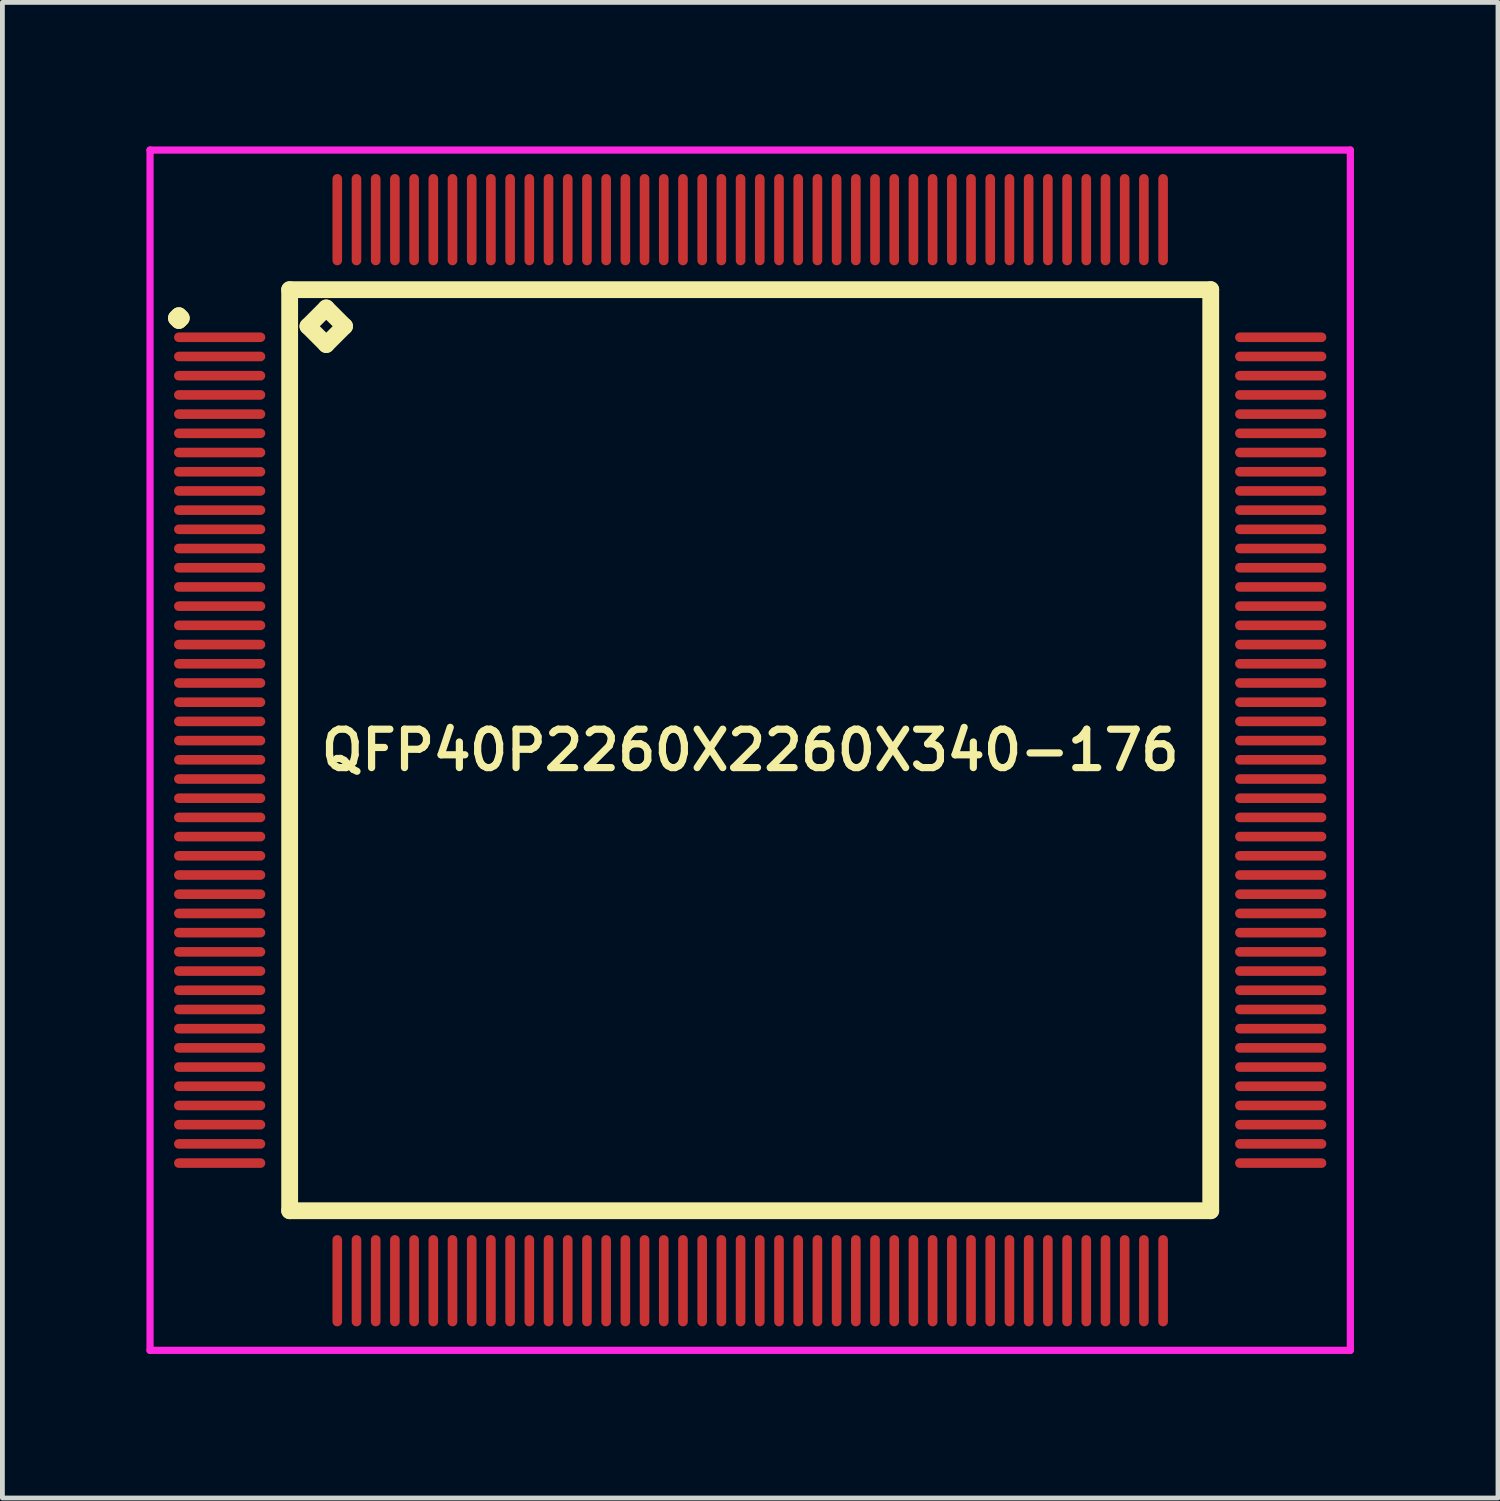
<source format=kicad_pcb>
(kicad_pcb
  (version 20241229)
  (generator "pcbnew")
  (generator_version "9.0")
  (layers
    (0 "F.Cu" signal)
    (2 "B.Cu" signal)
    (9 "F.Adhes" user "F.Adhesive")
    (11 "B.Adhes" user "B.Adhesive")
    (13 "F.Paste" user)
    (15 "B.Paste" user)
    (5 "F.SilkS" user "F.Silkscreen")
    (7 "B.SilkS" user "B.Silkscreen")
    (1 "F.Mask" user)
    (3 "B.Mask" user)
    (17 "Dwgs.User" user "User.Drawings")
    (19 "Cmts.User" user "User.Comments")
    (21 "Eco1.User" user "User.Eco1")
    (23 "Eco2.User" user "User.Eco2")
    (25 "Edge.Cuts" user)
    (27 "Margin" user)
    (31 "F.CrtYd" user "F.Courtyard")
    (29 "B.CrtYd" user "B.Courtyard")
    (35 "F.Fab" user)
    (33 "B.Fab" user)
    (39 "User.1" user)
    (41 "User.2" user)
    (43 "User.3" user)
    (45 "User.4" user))
  (footprint "QFP40P2260X2260X340-176"
    (layer "F.Cu")
    (at 12.575 12.575)
    (property "Reference" "QFP40P2260X2260X340-176" (at 0 0 0) (layer "F.SilkS") (effects (font (size 0.8 0.8) (thickness 0.15))))
    (attr smd)
    (fp_line (start -11.95 -9) (end -11.9 -9.05) (stroke (width 0.35) (type solid)) (layer "F.SilkS"))
    (fp_line (start -11.9 -9.05) (end -11.85 -9) (stroke (width 0.35) (type solid)) (layer "F.SilkS"))
    (fp_line (start -11.9 -8.95) (end -11.95 -9) (stroke (width 0.35) (type solid)) (layer "F.SilkS"))
    (fp_line (start -11.85 -9) (end -11.9 -8.95) (stroke (width 0.35) (type solid)) (layer "F.SilkS"))
    (fp_line (start -9.592 -9.592) (end -9.592 9.592) (stroke (width 0.35) (type solid)) (layer "F.SilkS"))
    (fp_line (start -9.592 9.592) (end 9.592 9.592) (stroke (width 0.35) (type solid)) (layer "F.SilkS"))
    (fp_line (start -9.211 -8.83) (end -8.83 -9.211) (stroke (width 0.35) (type solid)) (layer "F.SilkS"))
    (fp_line (start -8.83 -9.211) (end -8.449 -8.83) (stroke (width 0.35) (type solid)) (layer "F.SilkS"))
    (fp_line (start -8.83 -8.449) (end -9.211 -8.83) (stroke (width 0.35) (type solid)) (layer "F.SilkS"))
    (fp_line (start -8.449 -8.83) (end -8.83 -8.449) (stroke (width 0.35) (type solid)) (layer "F.SilkS"))
    (fp_line (start 9.592 -9.592) (end -9.592 -9.592) (stroke (width 0.35) (type solid)) (layer "F.SilkS"))
    (fp_line (start 9.592 9.592) (end 9.592 -9.592) (stroke (width 0.35) (type solid)) (layer "F.SilkS"))
    (fp_line (start -12.5 -12.5) (end 12.5 -12.5) (stroke (width 0.15) (type solid)) (layer "F.CrtYd"))
    (fp_line (start -12.5 12.5) (end -12.5 -12.5) (stroke (width 0.15) (type solid)) (layer "F.CrtYd"))
    (fp_line (start 12.5 -12.5) (end 12.5 12.5) (stroke (width 0.15) (type solid)) (layer "F.CrtYd"))
    (fp_line (start 12.5 12.5) (end -12.5 12.5) (stroke (width 0.15) (type solid)) (layer "F.CrtYd"))
    (pad "1" smd oval (at -11.05 -8.6) (size 1.9 0.2) (layers "F.Cu" "F.Mask" "F.Paste"))
    (pad "2" smd oval (at -11.05 -8.2) (size 1.9 0.2) (layers "F.Cu" "F.Mask" "F.Paste"))
    (pad "3" smd oval (at -11.05 -7.8) (size 1.9 0.2) (layers "F.Cu" "F.Mask" "F.Paste"))
    (pad "4" smd oval (at -11.05 -7.4) (size 1.9 0.2) (layers "F.Cu" "F.Mask" "F.Paste"))
    (pad "5" smd oval (at -11.05 -7) (size 1.9 0.2) (layers "F.Cu" "F.Mask" "F.Paste"))
    (pad "6" smd oval (at -11.05 -6.6) (size 1.9 0.2) (layers "F.Cu" "F.Mask" "F.Paste"))
    (pad "7" smd oval (at -11.05 -6.2) (size 1.9 0.2) (layers "F.Cu" "F.Mask" "F.Paste"))
    (pad "8" smd oval (at -11.05 -5.8) (size 1.9 0.2) (layers "F.Cu" "F.Mask" "F.Paste"))
    (pad "9" smd oval (at -11.05 -5.4) (size 1.9 0.2) (layers "F.Cu" "F.Mask" "F.Paste"))
    (pad "10" smd oval (at -11.05 -5) (size 1.9 0.2) (layers "F.Cu" "F.Mask" "F.Paste"))
    (pad "11" smd oval (at -11.05 -4.6) (size 1.9 0.2) (layers "F.Cu" "F.Mask" "F.Paste"))
    (pad "12" smd oval (at -11.05 -4.2) (size 1.9 0.2) (layers "F.Cu" "F.Mask" "F.Paste"))
    (pad "13" smd oval (at -11.05 -3.8) (size 1.9 0.2) (layers "F.Cu" "F.Mask" "F.Paste"))
    (pad "14" smd oval (at -11.05 -3.4) (size 1.9 0.2) (layers "F.Cu" "F.Mask" "F.Paste"))
    (pad "15" smd oval (at -11.05 -3) (size 1.9 0.2) (layers "F.Cu" "F.Mask" "F.Paste"))
    (pad "16" smd oval (at -11.05 -2.6) (size 1.9 0.2) (layers "F.Cu" "F.Mask" "F.Paste"))
    (pad "17" smd oval (at -11.05 -2.2) (size 1.9 0.2) (layers "F.Cu" "F.Mask" "F.Paste"))
    (pad "18" smd oval (at -11.05 -1.8) (size 1.9 0.2) (layers "F.Cu" "F.Mask" "F.Paste"))
    (pad "19" smd oval (at -11.05 -1.4) (size 1.9 0.2) (layers "F.Cu" "F.Mask" "F.Paste"))
    (pad "20" smd oval (at -11.05 -1) (size 1.9 0.2) (layers "F.Cu" "F.Mask" "F.Paste"))
    (pad "21" smd oval (at -11.05 -0.6) (size 1.9 0.2) (layers "F.Cu" "F.Mask" "F.Paste"))
    (pad "22" smd oval (at -11.05 -0.2) (size 1.9 0.2) (layers "F.Cu" "F.Mask" "F.Paste"))
    (pad "23" smd oval (at -11.05 0.2) (size 1.9 0.2) (layers "F.Cu" "F.Mask" "F.Paste"))
    (pad "24" smd oval (at -11.05 0.6) (size 1.9 0.2) (layers "F.Cu" "F.Mask" "F.Paste"))
    (pad "25" smd oval (at -11.05 1) (size 1.9 0.2) (layers "F.Cu" "F.Mask" "F.Paste"))
    (pad "26" smd oval (at -11.05 1.4) (size 1.9 0.2) (layers "F.Cu" "F.Mask" "F.Paste"))
    (pad "27" smd oval (at -11.05 1.8) (size 1.9 0.2) (layers "F.Cu" "F.Mask" "F.Paste"))
    (pad "28" smd oval (at -11.05 2.2) (size 1.9 0.2) (layers "F.Cu" "F.Mask" "F.Paste"))
    (pad "29" smd oval (at -11.05 2.6) (size 1.9 0.2) (layers "F.Cu" "F.Mask" "F.Paste"))
    (pad "30" smd oval (at -11.05 3) (size 1.9 0.2) (layers "F.Cu" "F.Mask" "F.Paste"))
    (pad "31" smd oval (at -11.05 3.4) (size 1.9 0.2) (layers "F.Cu" "F.Mask" "F.Paste"))
    (pad "32" smd oval (at -11.05 3.8) (size 1.9 0.2) (layers "F.Cu" "F.Mask" "F.Paste"))
    (pad "33" smd oval (at -11.05 4.2) (size 1.9 0.2) (layers "F.Cu" "F.Mask" "F.Paste"))
    (pad "34" smd oval (at -11.05 4.6) (size 1.9 0.2) (layers "F.Cu" "F.Mask" "F.Paste"))
    (pad "35" smd oval (at -11.05 5) (size 1.9 0.2) (layers "F.Cu" "F.Mask" "F.Paste"))
    (pad "36" smd oval (at -11.05 5.4) (size 1.9 0.2) (layers "F.Cu" "F.Mask" "F.Paste"))
    (pad "37" smd oval (at -11.05 5.8) (size 1.9 0.2) (layers "F.Cu" "F.Mask" "F.Paste"))
    (pad "38" smd oval (at -11.05 6.2) (size 1.9 0.2) (layers "F.Cu" "F.Mask" "F.Paste"))
    (pad "39" smd oval (at -11.05 6.6) (size 1.9 0.2) (layers "F.Cu" "F.Mask" "F.Paste"))
    (pad "40" smd oval (at -11.05 7) (size 1.9 0.2) (layers "F.Cu" "F.Mask" "F.Paste"))
    (pad "41" smd oval (at -11.05 7.4) (size 1.9 0.2) (layers "F.Cu" "F.Mask" "F.Paste"))
    (pad "42" smd oval (at -11.05 7.8) (size 1.9 0.2) (layers "F.Cu" "F.Mask" "F.Paste"))
    (pad "43" smd oval (at -11.05 8.2) (size 1.9 0.2) (layers "F.Cu" "F.Mask" "F.Paste"))
    (pad "44" smd oval (at -11.05 8.6) (size 1.9 0.2) (layers "F.Cu" "F.Mask" "F.Paste"))
    (pad "45" smd oval (at -8.6 11.05) (size 0.2 1.9) (layers "F.Cu" "F.Mask" "F.Paste"))
    (pad "46" smd oval (at -8.2 11.05) (size 0.2 1.9) (layers "F.Cu" "F.Mask" "F.Paste"))
    (pad "47" smd oval (at -7.8 11.05) (size 0.2 1.9) (layers "F.Cu" "F.Mask" "F.Paste"))
    (pad "48" smd oval (at -7.4 11.05) (size 0.2 1.9) (layers "F.Cu" "F.Mask" "F.Paste"))
    (pad "49" smd oval (at -7 11.05) (size 0.2 1.9) (layers "F.Cu" "F.Mask" "F.Paste"))
    (pad "50" smd oval (at -6.6 11.05) (size 0.2 1.9) (layers "F.Cu" "F.Mask" "F.Paste"))
    (pad "51" smd oval (at -6.2 11.05) (size 0.2 1.9) (layers "F.Cu" "F.Mask" "F.Paste"))
    (pad "52" smd oval (at -5.8 11.05) (size 0.2 1.9) (layers "F.Cu" "F.Mask" "F.Paste"))
    (pad "53" smd oval (at -5.4 11.05) (size 0.2 1.9) (layers "F.Cu" "F.Mask" "F.Paste"))
    (pad "54" smd oval (at -5 11.05) (size 0.2 1.9) (layers "F.Cu" "F.Mask" "F.Paste"))
    (pad "55" smd oval (at -4.6 11.05) (size 0.2 1.9) (layers "F.Cu" "F.Mask" "F.Paste"))
    (pad "56" smd oval (at -4.2 11.05) (size 0.2 1.9) (layers "F.Cu" "F.Mask" "F.Paste"))
    (pad "57" smd oval (at -3.8 11.05) (size 0.2 1.9) (layers "F.Cu" "F.Mask" "F.Paste"))
    (pad "58" smd oval (at -3.4 11.05) (size 0.2 1.9) (layers "F.Cu" "F.Mask" "F.Paste"))
    (pad "59" smd oval (at -3 11.05) (size 0.2 1.9) (layers "F.Cu" "F.Mask" "F.Paste"))
    (pad "60" smd oval (at -2.6 11.05) (size 0.2 1.9) (layers "F.Cu" "F.Mask" "F.Paste"))
    (pad "61" smd oval (at -2.2 11.05) (size 0.2 1.9) (layers "F.Cu" "F.Mask" "F.Paste"))
    (pad "62" smd oval (at -1.8 11.05) (size 0.2 1.9) (layers "F.Cu" "F.Mask" "F.Paste"))
    (pad "63" smd oval (at -1.4 11.05) (size 0.2 1.9) (layers "F.Cu" "F.Mask" "F.Paste"))
    (pad "64" smd oval (at -1 11.05) (size 0.2 1.9) (layers "F.Cu" "F.Mask" "F.Paste"))
    (pad "65" smd oval (at -0.6 11.05) (size 0.2 1.9) (layers "F.Cu" "F.Mask" "F.Paste"))
    (pad "66" smd oval (at -0.2 11.05) (size 0.2 1.9) (layers "F.Cu" "F.Mask" "F.Paste"))
    (pad "67" smd oval (at 0.2 11.05) (size 0.2 1.9) (layers "F.Cu" "F.Mask" "F.Paste"))
    (pad "68" smd oval (at 0.6 11.05) (size 0.2 1.9) (layers "F.Cu" "F.Mask" "F.Paste"))
    (pad "69" smd oval (at 1 11.05) (size 0.2 1.9) (layers "F.Cu" "F.Mask" "F.Paste"))
    (pad "70" smd oval (at 1.4 11.05) (size 0.2 1.9) (layers "F.Cu" "F.Mask" "F.Paste"))
    (pad "71" smd oval (at 1.8 11.05) (size 0.2 1.9) (layers "F.Cu" "F.Mask" "F.Paste"))
    (pad "72" smd oval (at 2.2 11.05) (size 0.2 1.9) (layers "F.Cu" "F.Mask" "F.Paste"))
    (pad "73" smd oval (at 2.6 11.05) (size 0.2 1.9) (layers "F.Cu" "F.Mask" "F.Paste"))
    (pad "74" smd oval (at 3 11.05) (size 0.2 1.9) (layers "F.Cu" "F.Mask" "F.Paste"))
    (pad "75" smd oval (at 3.4 11.05) (size 0.2 1.9) (layers "F.Cu" "F.Mask" "F.Paste"))
    (pad "76" smd oval (at 3.8 11.05) (size 0.2 1.9) (layers "F.Cu" "F.Mask" "F.Paste"))
    (pad "77" smd oval (at 4.2 11.05) (size 0.2 1.9) (layers "F.Cu" "F.Mask" "F.Paste"))
    (pad "78" smd oval (at 4.6 11.05) (size 0.2 1.9) (layers "F.Cu" "F.Mask" "F.Paste"))
    (pad "79" smd oval (at 5 11.05) (size 0.2 1.9) (layers "F.Cu" "F.Mask" "F.Paste"))
    (pad "80" smd oval (at 5.4 11.05) (size 0.2 1.9) (layers "F.Cu" "F.Mask" "F.Paste"))
    (pad "81" smd oval (at 5.8 11.05) (size 0.2 1.9) (layers "F.Cu" "F.Mask" "F.Paste"))
    (pad "82" smd oval (at 6.2 11.05) (size 0.2 1.9) (layers "F.Cu" "F.Mask" "F.Paste"))
    (pad "83" smd oval (at 6.6 11.05) (size 0.2 1.9) (layers "F.Cu" "F.Mask" "F.Paste"))
    (pad "84" smd oval (at 7 11.05) (size 0.2 1.9) (layers "F.Cu" "F.Mask" "F.Paste"))
    (pad "85" smd oval (at 7.4 11.05) (size 0.2 1.9) (layers "F.Cu" "F.Mask" "F.Paste"))
    (pad "86" smd oval (at 7.8 11.05) (size 0.2 1.9) (layers "F.Cu" "F.Mask" "F.Paste"))
    (pad "87" smd oval (at 8.2 11.05) (size 0.2 1.9) (layers "F.Cu" "F.Mask" "F.Paste"))
    (pad "88" smd oval (at 8.6 11.05) (size 0.2 1.9) (layers "F.Cu" "F.Mask" "F.Paste"))
    (pad "89" smd oval (at 11.05 8.6) (size 1.9 0.2) (layers "F.Cu" "F.Mask" "F.Paste"))
    (pad "90" smd oval (at 11.05 8.2) (size 1.9 0.2) (layers "F.Cu" "F.Mask" "F.Paste"))
    (pad "91" smd oval (at 11.05 7.8) (size 1.9 0.2) (layers "F.Cu" "F.Mask" "F.Paste"))
    (pad "92" smd oval (at 11.05 7.4) (size 1.9 0.2) (layers "F.Cu" "F.Mask" "F.Paste"))
    (pad "93" smd oval (at 11.05 7) (size 1.9 0.2) (layers "F.Cu" "F.Mask" "F.Paste"))
    (pad "94" smd oval (at 11.05 6.6) (size 1.9 0.2) (layers "F.Cu" "F.Mask" "F.Paste"))
    (pad "95" smd oval (at 11.05 6.2) (size 1.9 0.2) (layers "F.Cu" "F.Mask" "F.Paste"))
    (pad "96" smd oval (at 11.05 5.8) (size 1.9 0.2) (layers "F.Cu" "F.Mask" "F.Paste"))
    (pad "97" smd oval (at 11.05 5.4) (size 1.9 0.2) (layers "F.Cu" "F.Mask" "F.Paste"))
    (pad "98" smd oval (at 11.05 5) (size 1.9 0.2) (layers "F.Cu" "F.Mask" "F.Paste"))
    (pad "99" smd oval (at 11.05 4.6) (size 1.9 0.2) (layers "F.Cu" "F.Mask" "F.Paste"))
    (pad "100" smd oval (at 11.05 4.2) (size 1.9 0.2) (layers "F.Cu" "F.Mask" "F.Paste"))
    (pad "101" smd oval (at 11.05 3.8) (size 1.9 0.2) (layers "F.Cu" "F.Mask" "F.Paste"))
    (pad "102" smd oval (at 11.05 3.4) (size 1.9 0.2) (layers "F.Cu" "F.Mask" "F.Paste"))
    (pad "103" smd oval (at 11.05 3) (size 1.9 0.2) (layers "F.Cu" "F.Mask" "F.Paste"))
    (pad "104" smd oval (at 11.05 2.6) (size 1.9 0.2) (layers "F.Cu" "F.Mask" "F.Paste"))
    (pad "105" smd oval (at 11.05 2.2) (size 1.9 0.2) (layers "F.Cu" "F.Mask" "F.Paste"))
    (pad "106" smd oval (at 11.05 1.8) (size 1.9 0.2) (layers "F.Cu" "F.Mask" "F.Paste"))
    (pad "107" smd oval (at 11.05 1.4) (size 1.9 0.2) (layers "F.Cu" "F.Mask" "F.Paste"))
    (pad "108" smd oval (at 11.05 1) (size 1.9 0.2) (layers "F.Cu" "F.Mask" "F.Paste"))
    (pad "109" smd oval (at 11.05 0.6) (size 1.9 0.2) (layers "F.Cu" "F.Mask" "F.Paste"))
    (pad "110" smd oval (at 11.05 0.2) (size 1.9 0.2) (layers "F.Cu" "F.Mask" "F.Paste"))
    (pad "111" smd oval (at 11.05 -0.2) (size 1.9 0.2) (layers "F.Cu" "F.Mask" "F.Paste"))
    (pad "112" smd oval (at 11.05 -0.6) (size 1.9 0.2) (layers "F.Cu" "F.Mask" "F.Paste"))
    (pad "113" smd oval (at 11.05 -1) (size 1.9 0.2) (layers "F.Cu" "F.Mask" "F.Paste"))
    (pad "114" smd oval (at 11.05 -1.4) (size 1.9 0.2) (layers "F.Cu" "F.Mask" "F.Paste"))
    (pad "115" smd oval (at 11.05 -1.8) (size 1.9 0.2) (layers "F.Cu" "F.Mask" "F.Paste"))
    (pad "116" smd oval (at 11.05 -2.2) (size 1.9 0.2) (layers "F.Cu" "F.Mask" "F.Paste"))
    (pad "117" smd oval (at 11.05 -2.6) (size 1.9 0.2) (layers "F.Cu" "F.Mask" "F.Paste"))
    (pad "118" smd oval (at 11.05 -3) (size 1.9 0.2) (layers "F.Cu" "F.Mask" "F.Paste"))
    (pad "119" smd oval (at 11.05 -3.4) (size 1.9 0.2) (layers "F.Cu" "F.Mask" "F.Paste"))
    (pad "120" smd oval (at 11.05 -3.8) (size 1.9 0.2) (layers "F.Cu" "F.Mask" "F.Paste"))
    (pad "121" smd oval (at 11.05 -4.2) (size 1.9 0.2) (layers "F.Cu" "F.Mask" "F.Paste"))
    (pad "122" smd oval (at 11.05 -4.6) (size 1.9 0.2) (layers "F.Cu" "F.Mask" "F.Paste"))
    (pad "123" smd oval (at 11.05 -5) (size 1.9 0.2) (layers "F.Cu" "F.Mask" "F.Paste"))
    (pad "124" smd oval (at 11.05 -5.4) (size 1.9 0.2) (layers "F.Cu" "F.Mask" "F.Paste"))
    (pad "125" smd oval (at 11.05 -5.8) (size 1.9 0.2) (layers "F.Cu" "F.Mask" "F.Paste"))
    (pad "126" smd oval (at 11.05 -6.2) (size 1.9 0.2) (layers "F.Cu" "F.Mask" "F.Paste"))
    (pad "127" smd oval (at 11.05 -6.6) (size 1.9 0.2) (layers "F.Cu" "F.Mask" "F.Paste"))
    (pad "128" smd oval (at 11.05 -7) (size 1.9 0.2) (layers "F.Cu" "F.Mask" "F.Paste"))
    (pad "129" smd oval (at 11.05 -7.4) (size 1.9 0.2) (layers "F.Cu" "F.Mask" "F.Paste"))
    (pad "130" smd oval (at 11.05 -7.8) (size 1.9 0.2) (layers "F.Cu" "F.Mask" "F.Paste"))
    (pad "131" smd oval (at 11.05 -8.2) (size 1.9 0.2) (layers "F.Cu" "F.Mask" "F.Paste"))
    (pad "132" smd oval (at 11.05 -8.6) (size 1.9 0.2) (layers "F.Cu" "F.Mask" "F.Paste"))
    (pad "133" smd oval (at 8.6 -11.05) (size 0.2 1.9) (layers "F.Cu" "F.Mask" "F.Paste"))
    (pad "134" smd oval (at 8.2 -11.05) (size 0.2 1.9) (layers "F.Cu" "F.Mask" "F.Paste"))
    (pad "135" smd oval (at 7.8 -11.05) (size 0.2 1.9) (layers "F.Cu" "F.Mask" "F.Paste"))
    (pad "136" smd oval (at 7.4 -11.05) (size 0.2 1.9) (layers "F.Cu" "F.Mask" "F.Paste"))
    (pad "137" smd oval (at 7 -11.05) (size 0.2 1.9) (layers "F.Cu" "F.Mask" "F.Paste"))
    (pad "138" smd oval (at 6.6 -11.05) (size 0.2 1.9) (layers "F.Cu" "F.Mask" "F.Paste"))
    (pad "139" smd oval (at 6.2 -11.05) (size 0.2 1.9) (layers "F.Cu" "F.Mask" "F.Paste"))
    (pad "140" smd oval (at 5.8 -11.05) (size 0.2 1.9) (layers "F.Cu" "F.Mask" "F.Paste"))
    (pad "141" smd oval (at 5.4 -11.05) (size 0.2 1.9) (layers "F.Cu" "F.Mask" "F.Paste"))
    (pad "142" smd oval (at 5 -11.05) (size 0.2 1.9) (layers "F.Cu" "F.Mask" "F.Paste"))
    (pad "143" smd oval (at 4.6 -11.05) (size 0.2 1.9) (layers "F.Cu" "F.Mask" "F.Paste"))
    (pad "144" smd oval (at 4.2 -11.05) (size 0.2 1.9) (layers "F.Cu" "F.Mask" "F.Paste"))
    (pad "145" smd oval (at 3.8 -11.05) (size 0.2 1.9) (layers "F.Cu" "F.Mask" "F.Paste"))
    (pad "146" smd oval (at 3.4 -11.05) (size 0.2 1.9) (layers "F.Cu" "F.Mask" "F.Paste"))
    (pad "147" smd oval (at 3 -11.05) (size 0.2 1.9) (layers "F.Cu" "F.Mask" "F.Paste"))
    (pad "148" smd oval (at 2.6 -11.05) (size 0.2 1.9) (layers "F.Cu" "F.Mask" "F.Paste"))
    (pad "149" smd oval (at 2.2 -11.05) (size 0.2 1.9) (layers "F.Cu" "F.Mask" "F.Paste"))
    (pad "150" smd oval (at 1.8 -11.05) (size 0.2 1.9) (layers "F.Cu" "F.Mask" "F.Paste"))
    (pad "151" smd oval (at 1.4 -11.05) (size 0.2 1.9) (layers "F.Cu" "F.Mask" "F.Paste"))
    (pad "152" smd oval (at 1 -11.05) (size 0.2 1.9) (layers "F.Cu" "F.Mask" "F.Paste"))
    (pad "153" smd oval (at 0.6 -11.05) (size 0.2 1.9) (layers "F.Cu" "F.Mask" "F.Paste"))
    (pad "154" smd oval (at 0.2 -11.05) (size 0.2 1.9) (layers "F.Cu" "F.Mask" "F.Paste"))
    (pad "155" smd oval (at -0.2 -11.05) (size 0.2 1.9) (layers "F.Cu" "F.Mask" "F.Paste"))
    (pad "156" smd oval (at -0.6 -11.05) (size 0.2 1.9) (layers "F.Cu" "F.Mask" "F.Paste"))
    (pad "157" smd oval (at -1 -11.05) (size 0.2 1.9) (layers "F.Cu" "F.Mask" "F.Paste"))
    (pad "158" smd oval (at -1.4 -11.05) (size 0.2 1.9) (layers "F.Cu" "F.Mask" "F.Paste"))
    (pad "159" smd oval (at -1.8 -11.05) (size 0.2 1.9) (layers "F.Cu" "F.Mask" "F.Paste"))
    (pad "160" smd oval (at -2.2 -11.05) (size 0.2 1.9) (layers "F.Cu" "F.Mask" "F.Paste"))
    (pad "161" smd oval (at -2.6 -11.05) (size 0.2 1.9) (layers "F.Cu" "F.Mask" "F.Paste"))
    (pad "162" smd oval (at -3 -11.05) (size 0.2 1.9) (layers "F.Cu" "F.Mask" "F.Paste"))
    (pad "163" smd oval (at -3.4 -11.05) (size 0.2 1.9) (layers "F.Cu" "F.Mask" "F.Paste"))
    (pad "164" smd oval (at -3.8 -11.05) (size 0.2 1.9) (layers "F.Cu" "F.Mask" "F.Paste"))
    (pad "165" smd oval (at -4.2 -11.05) (size 0.2 1.9) (layers "F.Cu" "F.Mask" "F.Paste"))
    (pad "166" smd oval (at -4.6 -11.05) (size 0.2 1.9) (layers "F.Cu" "F.Mask" "F.Paste"))
    (pad "167" smd oval (at -5 -11.05) (size 0.2 1.9) (layers "F.Cu" "F.Mask" "F.Paste"))
    (pad "168" smd oval (at -5.4 -11.05) (size 0.2 1.9) (layers "F.Cu" "F.Mask" "F.Paste"))
    (pad "169" smd oval (at -5.8 -11.05) (size 0.2 1.9) (layers "F.Cu" "F.Mask" "F.Paste"))
    (pad "170" smd oval (at -6.2 -11.05) (size 0.2 1.9) (layers "F.Cu" "F.Mask" "F.Paste"))
    (pad "171" smd oval (at -6.6 -11.05) (size 0.2 1.9) (layers "F.Cu" "F.Mask" "F.Paste"))
    (pad "172" smd oval (at -7 -11.05) (size 0.2 1.9) (layers "F.Cu" "F.Mask" "F.Paste"))
    (pad "173" smd oval (at -7.4 -11.05) (size 0.2 1.9) (layers "F.Cu" "F.Mask" "F.Paste"))
    (pad "174" smd oval (at -7.8 -11.05) (size 0.2 1.9) (layers "F.Cu" "F.Mask" "F.Paste"))
    (pad "175" smd oval (at -8.2 -11.05) (size 0.2 1.9) (layers "F.Cu" "F.Mask" "F.Paste"))
    (pad "176" smd oval (at -8.6 -11.05) (size 0.2 1.9) (layers "F.Cu" "F.Mask" "F.Paste")))
  (gr_rect
    (start -3 -3)
    (end 28.15 28.15)
    (stroke (width 0.1) (type default))
    (fill no)
    (layer "Edge.Cuts")))
</source>
